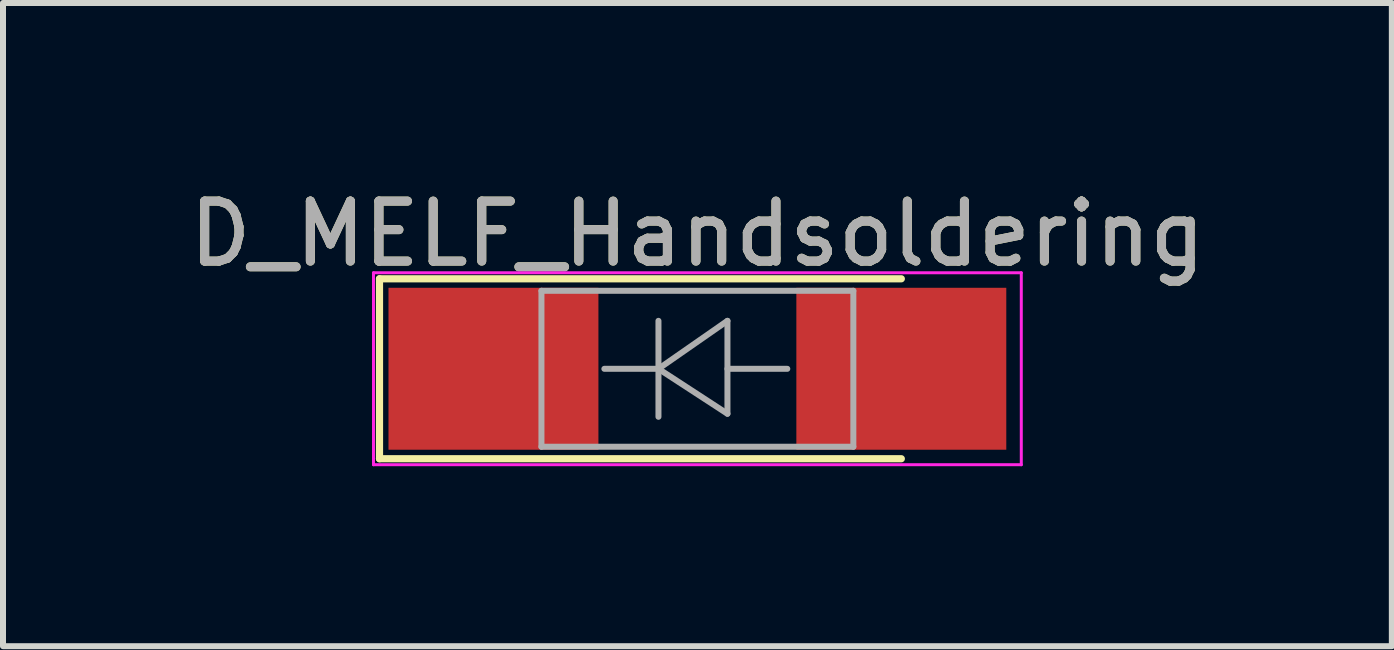
<source format=kicad_pcb>
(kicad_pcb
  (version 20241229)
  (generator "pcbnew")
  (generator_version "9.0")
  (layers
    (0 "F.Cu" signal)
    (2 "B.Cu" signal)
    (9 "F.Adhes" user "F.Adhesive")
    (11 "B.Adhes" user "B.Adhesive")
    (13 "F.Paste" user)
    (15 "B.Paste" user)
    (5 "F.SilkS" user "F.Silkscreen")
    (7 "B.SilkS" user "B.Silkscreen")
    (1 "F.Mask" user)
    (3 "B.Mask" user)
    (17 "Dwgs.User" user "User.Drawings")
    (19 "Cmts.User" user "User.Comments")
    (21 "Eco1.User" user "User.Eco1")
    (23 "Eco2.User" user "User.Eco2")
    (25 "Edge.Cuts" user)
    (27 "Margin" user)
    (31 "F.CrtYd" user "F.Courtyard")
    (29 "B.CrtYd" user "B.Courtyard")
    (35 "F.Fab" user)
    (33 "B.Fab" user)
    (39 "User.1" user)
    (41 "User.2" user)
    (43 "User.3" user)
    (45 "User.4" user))
  (footprint "D_MELF_Handsoldering"
    (layer "F.Cu")
    (at 8.577 3.098)
    (property "Reference" "D_MELF_Handsoldering" (at 0 -2.25 0) (layer "F.SilkS") (effects (font (size 1 1) (thickness 0.15))))
    (attr smd)
    (fp_line (start -5.3 -1.5) (end -5.3 1.5) (stroke (width 0.12) (type solid)) (layer "F.SilkS"))
    (fp_line (start -5.3 1.5) (end 3.4 1.5) (stroke (width 0.12) (type solid)) (layer "F.SilkS"))
    (fp_line (start 3.4 -1.5) (end -5.3 -1.5) (stroke (width 0.12) (type solid)) (layer "F.SilkS"))
    (fp_line (start -5.4 -1.6) (end 5.4 -1.6) (stroke (width 0.05) (type solid)) (layer "F.CrtYd"))
    (fp_line (start -5.4 1.6) (end -5.4 -1.6) (stroke (width 0.05) (type solid)) (layer "F.CrtYd"))
    (fp_line (start 5.4 -1.6) (end 5.4 1.6) (stroke (width 0.05) (type solid)) (layer "F.CrtYd"))
    (fp_line (start 5.4 1.6) (end -5.4 1.6) (stroke (width 0.05) (type solid)) (layer "F.CrtYd"))
    (fp_line (start -2.6 -1.3) (end -2.6 1.3) (stroke (width 0.1) (type solid)) (layer "F.Fab"))
    (fp_line (start -2.6 1.3) (end 2.6 1.3) (stroke (width 0.1) (type solid)) (layer "F.Fab"))
    (fp_line (start -0.649 -0.799) (end -0.649 0.801) (stroke (width 0.1) (type solid)) (layer "F.Fab"))
    (fp_line (start -0.649 0.001) (end -1.551 0.001) (stroke (width 0.1) (type solid)) (layer "F.Fab"))
    (fp_line (start -0.649 0.001) (end 0.501 -0.799) (stroke (width 0.1) (type solid)) (layer "F.Fab"))
    (fp_line (start -0.649 0.001) (end 0.501 0.75) (stroke (width 0.1) (type solid)) (layer "F.Fab"))
    (fp_line (start 0.501 0.001) (end 1.499 0.001) (stroke (width 0.1) (type solid)) (layer "F.Fab"))
    (fp_line (start 0.501 0.75) (end 0.501 -0.799) (stroke (width 0.1) (type solid)) (layer "F.Fab"))
    (fp_line (start 2.6 -1.3) (end -2.6 -1.3) (stroke (width 0.1) (type solid)) (layer "F.Fab"))
    (fp_line (start 2.6 1.3) (end 2.6 -1.3) (stroke (width 0.1) (type solid)) (layer "F.Fab"))
    (fp_text user "${REFERENCE}" (at 0 -2.25 0) (layer "F.Fab") (effects (font (size 1 1) (thickness 0.15))))
    (pad "1" smd rect (at -3.4 0) (size 3.5 2.7) (layers "F.Cu" "F.Mask" "F.Paste"))
    (pad "2" smd rect (at 3.4 0) (size 3.5 2.7) (layers "F.Cu" "F.Mask" "F.Paste")))
  (gr_rect
    (start -3 -3)
    (end 20.155 7.723)
    (stroke (width 0.1) (type default))
    (fill no)
    (layer "Edge.Cuts")))
</source>
